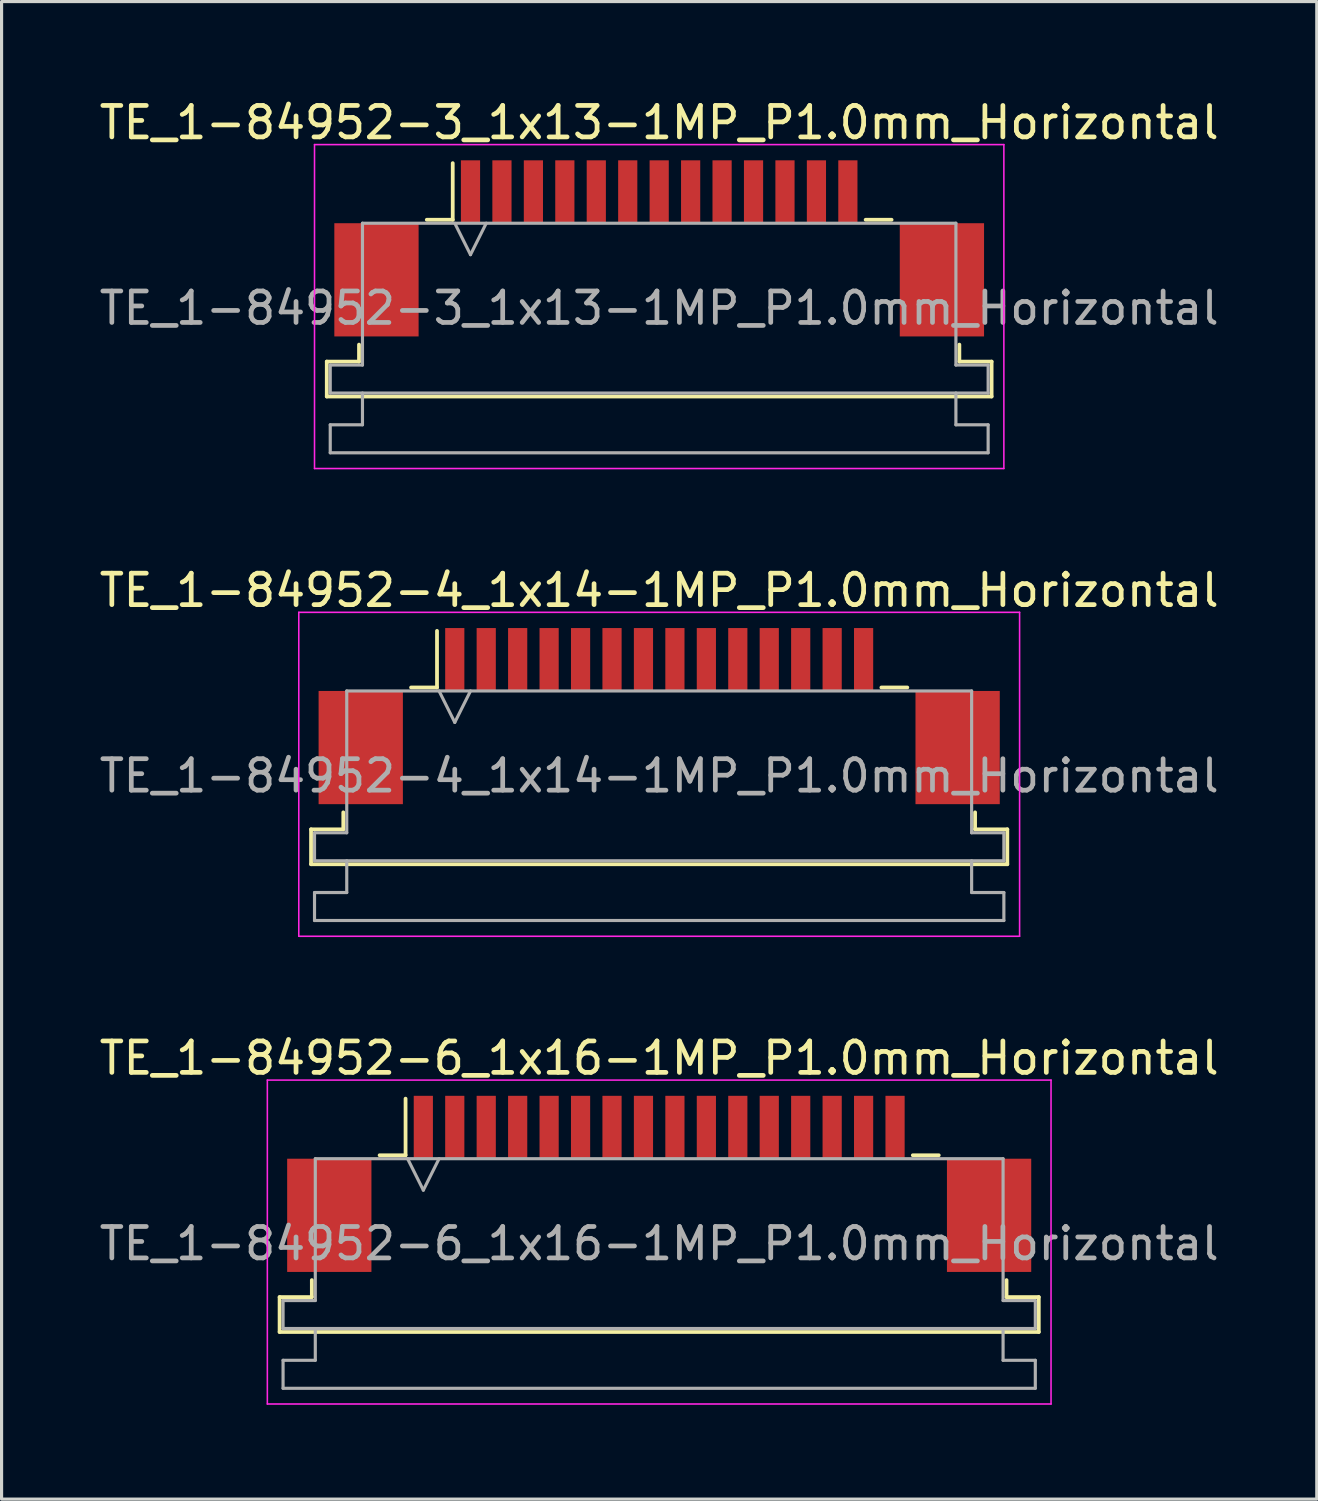
<source format=kicad_pcb>
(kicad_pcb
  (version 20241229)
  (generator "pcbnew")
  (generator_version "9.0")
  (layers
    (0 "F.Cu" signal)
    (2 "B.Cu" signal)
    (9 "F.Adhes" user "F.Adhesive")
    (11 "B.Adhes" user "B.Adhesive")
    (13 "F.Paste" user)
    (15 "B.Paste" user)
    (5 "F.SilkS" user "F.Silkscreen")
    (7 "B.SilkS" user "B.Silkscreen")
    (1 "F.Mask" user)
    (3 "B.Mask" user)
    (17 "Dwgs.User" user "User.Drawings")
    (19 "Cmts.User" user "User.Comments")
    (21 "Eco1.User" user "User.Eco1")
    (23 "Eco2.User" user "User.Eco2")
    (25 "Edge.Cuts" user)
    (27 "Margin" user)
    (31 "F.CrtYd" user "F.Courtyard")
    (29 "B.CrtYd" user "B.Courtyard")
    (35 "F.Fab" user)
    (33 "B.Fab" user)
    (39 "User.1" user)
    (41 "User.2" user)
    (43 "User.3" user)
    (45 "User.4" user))
  (footprint "TE_1-84952-4_1x14-1MP_P1.0mm_Horizontal"
    (layer "F.Cu")
    (at 17.911 19.721)
    (property "Reference" "TE_1-84952-4_1x14-1MP_P1.0mm_Horizontal" (at 0 -4 0) (layer "F.SilkS") (effects (font (size 1 1) (thickness 0.15))))
    (attr smd)
    (fp_line (start -11.07 3.6) (end -10.045 3.6) (stroke (width 0.12) (type solid)) (layer "F.SilkS"))
    (fp_line (start -11.07 4.71) (end -11.07 3.6) (stroke (width 0.12) (type solid)) (layer "F.SilkS"))
    (fp_line (start -10.045 3.6) (end -10.045 3.06) (stroke (width 0.12) (type solid)) (layer "F.SilkS"))
    (fp_line (start -7.89 -0.91) (end -7.065 -0.91) (stroke (width 0.12) (type solid)) (layer "F.SilkS"))
    (fp_line (start -7.065 -0.91) (end -7.065 -2.71) (stroke (width 0.12) (type solid)) (layer "F.SilkS"))
    (fp_line (start 7.065 -0.91) (end 7.89 -0.91) (stroke (width 0.12) (type solid)) (layer "F.SilkS"))
    (fp_line (start 10.045 3.06) (end 10.045 3.6) (stroke (width 0.12) (type solid)) (layer "F.SilkS"))
    (fp_line (start 10.045 3.6) (end 11.07 3.6) (stroke (width 0.12) (type solid)) (layer "F.SilkS"))
    (fp_line (start 11.07 3.6) (end 11.07 4.71) (stroke (width 0.12) (type solid)) (layer "F.SilkS"))
    (fp_line (start 11.07 4.71) (end -11.07 4.71) (stroke (width 0.12) (type solid)) (layer "F.SilkS"))
    (fp_line (start -11.46 -3.3) (end -11.46 7) (stroke (width 0.05) (type solid)) (layer "F.CrtYd"))
    (fp_line (start -11.46 7) (end 11.46 7) (stroke (width 0.05) (type solid)) (layer "F.CrtYd"))
    (fp_line (start 11.46 -3.3) (end -11.46 -3.3) (stroke (width 0.05) (type solid)) (layer "F.CrtYd"))
    (fp_line (start 11.46 7) (end 11.46 -3.3) (stroke (width 0.05) (type solid)) (layer "F.CrtYd"))
    (fp_line (start -10.96 3.71) (end -9.935 3.71) (stroke (width 0.1) (type solid)) (layer "F.Fab"))
    (fp_line (start -10.96 4.6) (end -10.96 3.71) (stroke (width 0.1) (type solid)) (layer "F.Fab"))
    (fp_line (start -10.96 5.61) (end -9.935 5.61) (stroke (width 0.1) (type solid)) (layer "F.Fab"))
    (fp_line (start -10.96 6.5) (end -10.96 5.61) (stroke (width 0.1) (type solid)) (layer "F.Fab"))
    (fp_line (start -9.935 -0.8) (end 9.935 -0.8) (stroke (width 0.1) (type solid)) (layer "F.Fab"))
    (fp_line (start -9.935 3.71) (end -9.935 -0.8) (stroke (width 0.1) (type solid)) (layer "F.Fab"))
    (fp_line (start -9.935 5.61) (end -9.935 4.6) (stroke (width 0.1) (type solid)) (layer "F.Fab"))
    (fp_line (start -7 -0.8) (end -6.5 0.2) (stroke (width 0.1) (type solid)) (layer "F.Fab"))
    (fp_line (start -6.5 0.2) (end -6 -0.8) (stroke (width 0.1) (type solid)) (layer "F.Fab"))
    (fp_line (start 9.935 -0.8) (end 9.935 3.71) (stroke (width 0.1) (type solid)) (layer "F.Fab"))
    (fp_line (start 9.935 3.71) (end 10.96 3.71) (stroke (width 0.1) (type solid)) (layer "F.Fab"))
    (fp_line (start 9.935 4.6) (end 9.935 5.61) (stroke (width 0.1) (type solid)) (layer "F.Fab"))
    (fp_line (start 9.935 5.61) (end 10.96 5.61) (stroke (width 0.1) (type solid)) (layer "F.Fab"))
    (fp_line (start 10.96 3.71) (end 10.96 4.6) (stroke (width 0.1) (type solid)) (layer "F.Fab"))
    (fp_line (start 10.96 4.6) (end -10.96 4.6) (stroke (width 0.1) (type solid)) (layer "F.Fab"))
    (fp_line (start 10.96 5.61) (end 10.96 6.5) (stroke (width 0.1) (type solid)) (layer "F.Fab"))
    (fp_line (start 10.96 6.5) (end -10.96 6.5) (stroke (width 0.1) (type solid)) (layer "F.Fab"))
    (fp_text user "${REFERENCE}" (at 0 1.9 0) (layer "F.Fab") (effects (font (size 1 1) (thickness 0.15))))
    (pad "1" smd rect (at -6.5 -1.8) (size 0.61 2) (layers "F.Cu" "F.Mask" "F.Paste"))
    (pad "2" smd rect (at -5.5 -1.8) (size 0.61 2) (layers "F.Cu" "F.Mask" "F.Paste"))
    (pad "3" smd rect (at -4.5 -1.8) (size 0.61 2) (layers "F.Cu" "F.Mask" "F.Paste"))
    (pad "4" smd rect (at -3.5 -1.8) (size 0.61 2) (layers "F.Cu" "F.Mask" "F.Paste"))
    (pad "5" smd rect (at -2.5 -1.8) (size 0.61 2) (layers "F.Cu" "F.Mask" "F.Paste"))
    (pad "6" smd rect (at -1.5 -1.8) (size 0.61 2) (layers "F.Cu" "F.Mask" "F.Paste"))
    (pad "7" smd rect (at -0.5 -1.8) (size 0.61 2) (layers "F.Cu" "F.Mask" "F.Paste"))
    (pad "8" smd rect (at 0.5 -1.8) (size 0.61 2) (layers "F.Cu" "F.Mask" "F.Paste"))
    (pad "9" smd rect (at 1.5 -1.8) (size 0.61 2) (layers "F.Cu" "F.Mask" "F.Paste"))
    (pad "10" smd rect (at 2.5 -1.8) (size 0.61 2) (layers "F.Cu" "F.Mask" "F.Paste"))
    (pad "11" smd rect (at 3.5 -1.8) (size 0.61 2) (layers "F.Cu" "F.Mask" "F.Paste"))
    (pad "12" smd rect (at 4.5 -1.8) (size 0.61 2) (layers "F.Cu" "F.Mask" "F.Paste"))
    (pad "13" smd rect (at 5.5 -1.8) (size 0.61 2) (layers "F.Cu" "F.Mask" "F.Paste"))
    (pad "14" smd rect (at 6.5 -1.8) (size 0.61 2) (layers "F.Cu" "F.Mask" "F.Paste"))
    (pad "MP" smd rect (at -9.49 1) (size 2.68 3.6) (layers "F.Cu" "F.Mask" "F.Paste"))
    (pad "MP" smd rect (at 9.49 1) (size 2.68 3.6) (layers "F.Cu" "F.Mask" "F.Paste")))
  (footprint "TE_1-84952-6_1x16-1MP_P1.0mm_Horizontal"
    (layer "F.Cu")
    (at 17.911 34.595)
    (property "Reference" "TE_1-84952-6_1x16-1MP_P1.0mm_Horizontal" (at 0 -4 0) (layer "F.SilkS") (effects (font (size 1 1) (thickness 0.15))))
    (attr smd)
    (fp_line (start -12.07 3.6) (end -11.045 3.6) (stroke (width 0.12) (type solid)) (layer "F.SilkS"))
    (fp_line (start -12.07 4.71) (end -12.07 3.6) (stroke (width 0.12) (type solid)) (layer "F.SilkS"))
    (fp_line (start -11.045 3.6) (end -11.045 3.06) (stroke (width 0.12) (type solid)) (layer "F.SilkS"))
    (fp_line (start -8.89 -0.91) (end -8.065 -0.91) (stroke (width 0.12) (type solid)) (layer "F.SilkS"))
    (fp_line (start -8.065 -0.91) (end -8.065 -2.71) (stroke (width 0.12) (type solid)) (layer "F.SilkS"))
    (fp_line (start 8.065 -0.91) (end 8.89 -0.91) (stroke (width 0.12) (type solid)) (layer "F.SilkS"))
    (fp_line (start 11.045 3.06) (end 11.045 3.6) (stroke (width 0.12) (type solid)) (layer "F.SilkS"))
    (fp_line (start 11.045 3.6) (end 12.07 3.6) (stroke (width 0.12) (type solid)) (layer "F.SilkS"))
    (fp_line (start 12.07 3.6) (end 12.07 4.71) (stroke (width 0.12) (type solid)) (layer "F.SilkS"))
    (fp_line (start 12.07 4.71) (end -12.07 4.71) (stroke (width 0.12) (type solid)) (layer "F.SilkS"))
    (fp_line (start -12.46 -3.3) (end -12.46 7) (stroke (width 0.05) (type solid)) (layer "F.CrtYd"))
    (fp_line (start -12.46 7) (end 12.46 7) (stroke (width 0.05) (type solid)) (layer "F.CrtYd"))
    (fp_line (start 12.46 -3.3) (end -12.46 -3.3) (stroke (width 0.05) (type solid)) (layer "F.CrtYd"))
    (fp_line (start 12.46 7) (end 12.46 -3.3) (stroke (width 0.05) (type solid)) (layer "F.CrtYd"))
    (fp_line (start -11.96 3.71) (end -10.935 3.71) (stroke (width 0.1) (type solid)) (layer "F.Fab"))
    (fp_line (start -11.96 4.6) (end -11.96 3.71) (stroke (width 0.1) (type solid)) (layer "F.Fab"))
    (fp_line (start -11.96 5.61) (end -10.935 5.61) (stroke (width 0.1) (type solid)) (layer "F.Fab"))
    (fp_line (start -11.96 6.5) (end -11.96 5.61) (stroke (width 0.1) (type solid)) (layer "F.Fab"))
    (fp_line (start -10.935 -0.8) (end 10.935 -0.8) (stroke (width 0.1) (type solid)) (layer "F.Fab"))
    (fp_line (start -10.935 3.71) (end -10.935 -0.8) (stroke (width 0.1) (type solid)) (layer "F.Fab"))
    (fp_line (start -10.935 5.61) (end -10.935 4.6) (stroke (width 0.1) (type solid)) (layer "F.Fab"))
    (fp_line (start -8 -0.8) (end -7.5 0.2) (stroke (width 0.1) (type solid)) (layer "F.Fab"))
    (fp_line (start -7.5 0.2) (end -7 -0.8) (stroke (width 0.1) (type solid)) (layer "F.Fab"))
    (fp_line (start 10.935 -0.8) (end 10.935 3.71) (stroke (width 0.1) (type solid)) (layer "F.Fab"))
    (fp_line (start 10.935 3.71) (end 11.96 3.71) (stroke (width 0.1) (type solid)) (layer "F.Fab"))
    (fp_line (start 10.935 4.6) (end 10.935 5.61) (stroke (width 0.1) (type solid)) (layer "F.Fab"))
    (fp_line (start 10.935 5.61) (end 11.96 5.61) (stroke (width 0.1) (type solid)) (layer "F.Fab"))
    (fp_line (start 11.96 3.71) (end 11.96 4.6) (stroke (width 0.1) (type solid)) (layer "F.Fab"))
    (fp_line (start 11.96 4.6) (end -11.96 4.6) (stroke (width 0.1) (type solid)) (layer "F.Fab"))
    (fp_line (start 11.96 5.61) (end 11.96 6.5) (stroke (width 0.1) (type solid)) (layer "F.Fab"))
    (fp_line (start 11.96 6.5) (end -11.96 6.5) (stroke (width 0.1) (type solid)) (layer "F.Fab"))
    (fp_text user "${REFERENCE}" (at 0 1.9 0) (layer "F.Fab") (effects (font (size 1 1) (thickness 0.15))))
    (pad "1" smd rect (at -7.5 -1.8) (size 0.61 2) (layers "F.Cu" "F.Mask" "F.Paste"))
    (pad "2" smd rect (at -6.5 -1.8) (size 0.61 2) (layers "F.Cu" "F.Mask" "F.Paste"))
    (pad "3" smd rect (at -5.5 -1.8) (size 0.61 2) (layers "F.Cu" "F.Mask" "F.Paste"))
    (pad "4" smd rect (at -4.5 -1.8) (size 0.61 2) (layers "F.Cu" "F.Mask" "F.Paste"))
    (pad "5" smd rect (at -3.5 -1.8) (size 0.61 2) (layers "F.Cu" "F.Mask" "F.Paste"))
    (pad "6" smd rect (at -2.5 -1.8) (size 0.61 2) (layers "F.Cu" "F.Mask" "F.Paste"))
    (pad "7" smd rect (at -1.5 -1.8) (size 0.61 2) (layers "F.Cu" "F.Mask" "F.Paste"))
    (pad "8" smd rect (at -0.5 -1.8) (size 0.61 2) (layers "F.Cu" "F.Mask" "F.Paste"))
    (pad "9" smd rect (at 0.5 -1.8) (size 0.61 2) (layers "F.Cu" "F.Mask" "F.Paste"))
    (pad "10" smd rect (at 1.5 -1.8) (size 0.61 2) (layers "F.Cu" "F.Mask" "F.Paste"))
    (pad "11" smd rect (at 2.5 -1.8) (size 0.61 2) (layers "F.Cu" "F.Mask" "F.Paste"))
    (pad "12" smd rect (at 3.5 -1.8) (size 0.61 2) (layers "F.Cu" "F.Mask" "F.Paste"))
    (pad "13" smd rect (at 4.5 -1.8) (size 0.61 2) (layers "F.Cu" "F.Mask" "F.Paste"))
    (pad "14" smd rect (at 5.5 -1.8) (size 0.61 2) (layers "F.Cu" "F.Mask" "F.Paste"))
    (pad "15" smd rect (at 6.5 -1.8) (size 0.61 2) (layers "F.Cu" "F.Mask" "F.Paste"))
    (pad "16" smd rect (at 7.5 -1.8) (size 0.61 2) (layers "F.Cu" "F.Mask" "F.Paste"))
    (pad "MP" smd rect (at -10.49 1) (size 2.68 3.6) (layers "F.Cu" "F.Mask" "F.Paste"))
    (pad "MP" smd rect (at 10.49 1) (size 2.68 3.6) (layers "F.Cu" "F.Mask" "F.Paste")))
  (footprint "TE_1-84952-3_1x13-1MP_P1.0mm_Horizontal"
    (layer "F.Cu")
    (at 17.911 4.848)
    (property "Reference" "TE_1-84952-3_1x13-1MP_P1.0mm_Horizontal" (at 0 -4 0) (layer "F.SilkS") (effects (font (size 1 1) (thickness 0.15))))
    (attr smd)
    (fp_line (start -10.57 3.6) (end -9.545 3.6) (stroke (width 0.12) (type solid)) (layer "F.SilkS"))
    (fp_line (start -10.57 4.71) (end -10.57 3.6) (stroke (width 0.12) (type solid)) (layer "F.SilkS"))
    (fp_line (start -9.545 3.6) (end -9.545 3.06) (stroke (width 0.12) (type solid)) (layer "F.SilkS"))
    (fp_line (start -7.39 -0.91) (end -6.565 -0.91) (stroke (width 0.12) (type solid)) (layer "F.SilkS"))
    (fp_line (start -6.565 -0.91) (end -6.565 -2.71) (stroke (width 0.12) (type solid)) (layer "F.SilkS"))
    (fp_line (start 6.565 -0.91) (end 7.39 -0.91) (stroke (width 0.12) (type solid)) (layer "F.SilkS"))
    (fp_line (start 9.545 3.06) (end 9.545 3.6) (stroke (width 0.12) (type solid)) (layer "F.SilkS"))
    (fp_line (start 9.545 3.6) (end 10.57 3.6) (stroke (width 0.12) (type solid)) (layer "F.SilkS"))
    (fp_line (start 10.57 3.6) (end 10.57 4.71) (stroke (width 0.12) (type solid)) (layer "F.SilkS"))
    (fp_line (start 10.57 4.71) (end -10.57 4.71) (stroke (width 0.12) (type solid)) (layer "F.SilkS"))
    (fp_line (start -10.96 -3.3) (end -10.96 7) (stroke (width 0.05) (type solid)) (layer "F.CrtYd"))
    (fp_line (start -10.96 7) (end 10.96 7) (stroke (width 0.05) (type solid)) (layer "F.CrtYd"))
    (fp_line (start 10.96 -3.3) (end -10.96 -3.3) (stroke (width 0.05) (type solid)) (layer "F.CrtYd"))
    (fp_line (start 10.96 7) (end 10.96 -3.3) (stroke (width 0.05) (type solid)) (layer "F.CrtYd"))
    (fp_line (start -10.46 3.71) (end -9.435 3.71) (stroke (width 0.1) (type solid)) (layer "F.Fab"))
    (fp_line (start -10.46 4.6) (end -10.46 3.71) (stroke (width 0.1) (type solid)) (layer "F.Fab"))
    (fp_line (start -10.46 5.61) (end -9.435 5.61) (stroke (width 0.1) (type solid)) (layer "F.Fab"))
    (fp_line (start -10.46 6.5) (end -10.46 5.61) (stroke (width 0.1) (type solid)) (layer "F.Fab"))
    (fp_line (start -9.435 -0.8) (end 9.435 -0.8) (stroke (width 0.1) (type solid)) (layer "F.Fab"))
    (fp_line (start -9.435 3.71) (end -9.435 -0.8) (stroke (width 0.1) (type solid)) (layer "F.Fab"))
    (fp_line (start -9.435 5.61) (end -9.435 4.6) (stroke (width 0.1) (type solid)) (layer "F.Fab"))
    (fp_line (start -6.5 -0.8) (end -6 0.2) (stroke (width 0.1) (type solid)) (layer "F.Fab"))
    (fp_line (start -6 0.2) (end -5.5 -0.8) (stroke (width 0.1) (type solid)) (layer "F.Fab"))
    (fp_line (start 9.435 -0.8) (end 9.435 3.71) (stroke (width 0.1) (type solid)) (layer "F.Fab"))
    (fp_line (start 9.435 3.71) (end 10.46 3.71) (stroke (width 0.1) (type solid)) (layer "F.Fab"))
    (fp_line (start 9.435 4.6) (end 9.435 5.61) (stroke (width 0.1) (type solid)) (layer "F.Fab"))
    (fp_line (start 9.435 5.61) (end 10.46 5.61) (stroke (width 0.1) (type solid)) (layer "F.Fab"))
    (fp_line (start 10.46 3.71) (end 10.46 4.6) (stroke (width 0.1) (type solid)) (layer "F.Fab"))
    (fp_line (start 10.46 4.6) (end -10.46 4.6) (stroke (width 0.1) (type solid)) (layer "F.Fab"))
    (fp_line (start 10.46 5.61) (end 10.46 6.5) (stroke (width 0.1) (type solid)) (layer "F.Fab"))
    (fp_line (start 10.46 6.5) (end -10.46 6.5) (stroke (width 0.1) (type solid)) (layer "F.Fab"))
    (fp_text user "${REFERENCE}" (at 0 1.9 0) (layer "F.Fab") (effects (font (size 1 1) (thickness 0.15))))
    (pad "1" smd rect (at -6 -1.8) (size 0.61 2) (layers "F.Cu" "F.Mask" "F.Paste"))
    (pad "2" smd rect (at -5 -1.8) (size 0.61 2) (layers "F.Cu" "F.Mask" "F.Paste"))
    (pad "3" smd rect (at -4 -1.8) (size 0.61 2) (layers "F.Cu" "F.Mask" "F.Paste"))
    (pad "4" smd rect (at -3 -1.8) (size 0.61 2) (layers "F.Cu" "F.Mask" "F.Paste"))
    (pad "5" smd rect (at -2 -1.8) (size 0.61 2) (layers "F.Cu" "F.Mask" "F.Paste"))
    (pad "6" smd rect (at -1 -1.8) (size 0.61 2) (layers "F.Cu" "F.Mask" "F.Paste"))
    (pad "7" smd rect (at 0 -1.8) (size 0.61 2) (layers "F.Cu" "F.Mask" "F.Paste"))
    (pad "8" smd rect (at 1 -1.8) (size 0.61 2) (layers "F.Cu" "F.Mask" "F.Paste"))
    (pad "9" smd rect (at 2 -1.8) (size 0.61 2) (layers "F.Cu" "F.Mask" "F.Paste"))
    (pad "10" smd rect (at 3 -1.8) (size 0.61 2) (layers "F.Cu" "F.Mask" "F.Paste"))
    (pad "11" smd rect (at 4 -1.8) (size 0.61 2) (layers "F.Cu" "F.Mask" "F.Paste"))
    (pad "12" smd rect (at 5 -1.8) (size 0.61 2) (layers "F.Cu" "F.Mask" "F.Paste"))
    (pad "13" smd rect (at 6 -1.8) (size 0.61 2) (layers "F.Cu" "F.Mask" "F.Paste"))
    (pad "MP" smd rect (at -8.99 1) (size 2.68 3.6) (layers "F.Cu" "F.Mask" "F.Paste"))
    (pad "MP" smd rect (at 8.99 1) (size 2.68 3.6) (layers "F.Cu" "F.Mask" "F.Paste")))
  (gr_rect
    (start -3 -3)
    (end 38.821 44.62)
    (stroke (width 0.1) (type default))
    (fill no)
    (layer "Edge.Cuts")))
</source>
